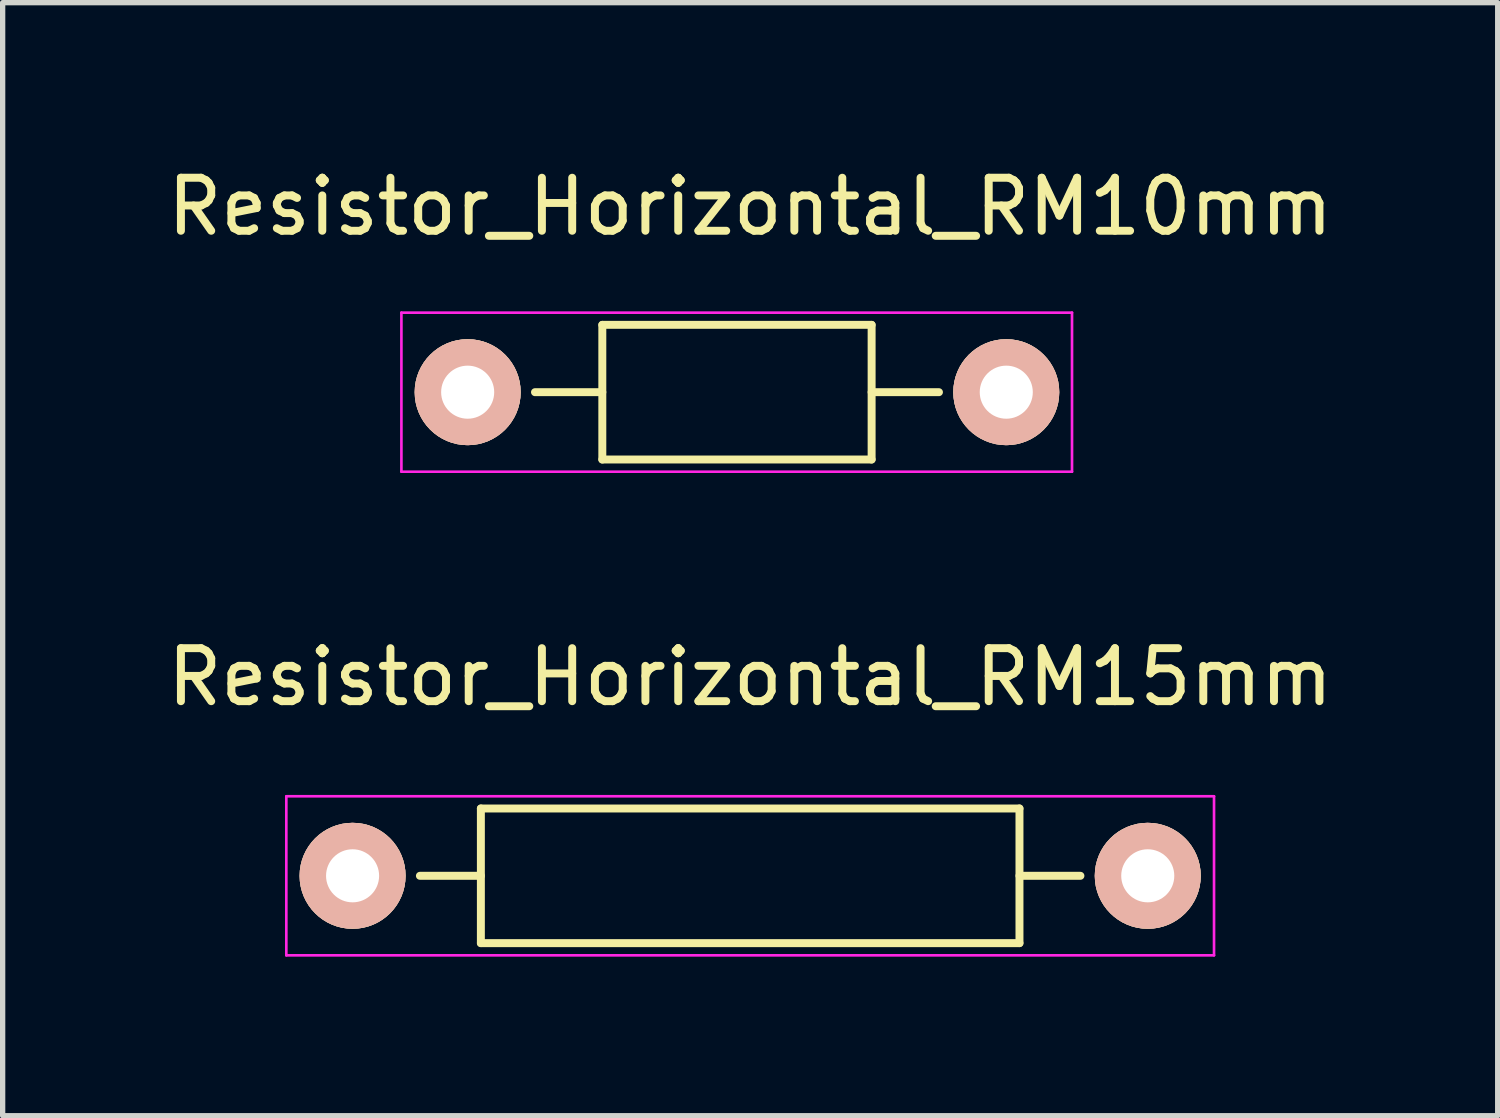
<source format=kicad_pcb>
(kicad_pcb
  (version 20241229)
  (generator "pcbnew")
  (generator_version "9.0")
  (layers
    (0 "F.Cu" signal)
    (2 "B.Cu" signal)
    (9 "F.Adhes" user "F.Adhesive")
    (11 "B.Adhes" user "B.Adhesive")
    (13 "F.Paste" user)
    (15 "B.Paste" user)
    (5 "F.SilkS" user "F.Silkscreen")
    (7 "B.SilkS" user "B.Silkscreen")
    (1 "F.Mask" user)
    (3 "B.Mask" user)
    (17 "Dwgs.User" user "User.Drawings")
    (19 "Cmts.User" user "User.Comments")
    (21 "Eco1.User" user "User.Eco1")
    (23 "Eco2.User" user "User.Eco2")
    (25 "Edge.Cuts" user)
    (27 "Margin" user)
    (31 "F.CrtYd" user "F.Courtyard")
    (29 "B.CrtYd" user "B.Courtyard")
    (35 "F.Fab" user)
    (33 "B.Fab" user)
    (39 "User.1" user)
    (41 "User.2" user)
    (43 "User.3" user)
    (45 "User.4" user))
  (footprint "Resistor_Horizontal_RM10mm"
    (layer "F.Cu")
    (at 5.772 4.348)
    (property "Reference" "Resistor_Horizontal_RM10mm" (at 5.329 -3.5 0) (layer "F.SilkS") (effects (font (size 1 1) (thickness 0.15))))
    (attr through_hole)
    (fp_line (start 2.54 -1.27) (end 7.62 -1.27) (stroke (width 0.15) (type solid)) (layer "F.SilkS"))
    (fp_line (start 2.54 0) (end 1.27 0) (stroke (width 0.15) (type solid)) (layer "F.SilkS"))
    (fp_line (start 2.54 1.27) (end 2.54 -1.27) (stroke (width 0.15) (type solid)) (layer "F.SilkS"))
    (fp_line (start 7.62 -1.27) (end 7.62 1.27) (stroke (width 0.15) (type solid)) (layer "F.SilkS"))
    (fp_line (start 7.62 0) (end 8.89 0) (stroke (width 0.15) (type solid)) (layer "F.SilkS"))
    (fp_line (start 7.62 1.27) (end 2.54 1.27) (stroke (width 0.15) (type solid)) (layer "F.SilkS"))
    (fp_line (start -1.25 -1.5) (end 11.4 -1.5) (stroke (width 0.05) (type solid)) (layer "F.CrtYd"))
    (fp_line (start -1.25 1.5) (end -1.25 -1.5) (stroke (width 0.05) (type solid)) (layer "F.CrtYd"))
    (fp_line (start -1.25 1.5) (end 11.4 1.5) (stroke (width 0.05) (type solid)) (layer "F.CrtYd"))
    (fp_line (start 11.4 -1.5) (end 11.4 1.5) (stroke (width 0.05) (type solid)) (layer "F.CrtYd"))
    (pad "1" thru_hole circle (at 0 0) (size 1.999 1.999) (drill 1.001) (layers "*.Cu" "*.SilkS" "*.Mask"))
    (pad "2" thru_hole circle (at 10.16 0) (size 1.999 1.999) (drill 1.001) (layers "*.Cu" "*.SilkS" "*.Mask")))
  (footprint "Resistor_Horizontal_RM15mm"
    (layer "F.Cu")
    (at 3.601 13.471)
    (property "Reference" "Resistor_Horizontal_RM15mm" (at 7.5 -3.749 0) (layer "F.SilkS") (effects (font (size 1 1) (thickness 0.15))))
    (attr through_hole)
    (fp_line (start 1.27 0) (end 2.42 0) (stroke (width 0.15) (type solid)) (layer "F.SilkS"))
    (fp_line (start 2.42 -1.27) (end 2.42 1.27) (stroke (width 0.15) (type solid)) (layer "F.SilkS"))
    (fp_line (start 2.42 1.27) (end 12.58 1.27) (stroke (width 0.15) (type solid)) (layer "F.SilkS"))
    (fp_line (start 12.58 -1.27) (end 2.42 -1.27) (stroke (width 0.15) (type solid)) (layer "F.SilkS"))
    (fp_line (start 12.58 1.27) (end 12.58 -1.27) (stroke (width 0.15) (type solid)) (layer "F.SilkS"))
    (fp_line (start 13.73 0) (end 12.58 0) (stroke (width 0.15) (type solid)) (layer "F.SilkS"))
    (fp_line (start -1.25 -1.5) (end 16.25 -1.5) (stroke (width 0.05) (type solid)) (layer "F.CrtYd"))
    (fp_line (start -1.25 1.5) (end -1.25 -1.5) (stroke (width 0.05) (type solid)) (layer "F.CrtYd"))
    (fp_line (start 16.25 -1.5) (end 16.25 1.5) (stroke (width 0.05) (type solid)) (layer "F.CrtYd"))
    (fp_line (start 16.25 1.5) (end -1.25 1.5) (stroke (width 0.05) (type solid)) (layer "F.CrtYd"))
    (pad "1" thru_hole circle (at 0 0) (size 1.999 1.999) (drill 1.001) (layers "*.Cu" "*.SilkS" "*.Mask"))
    (pad "2" thru_hole circle (at 15 0) (size 1.999 1.999) (drill 1.001) (layers "*.Cu" "*.SilkS" "*.Mask")))
  (gr_rect
    (start -3 -3)
    (end 25.202 17.996)
    (stroke (width 0.1) (type default))
    (fill no)
    (layer "Edge.Cuts")))
</source>
